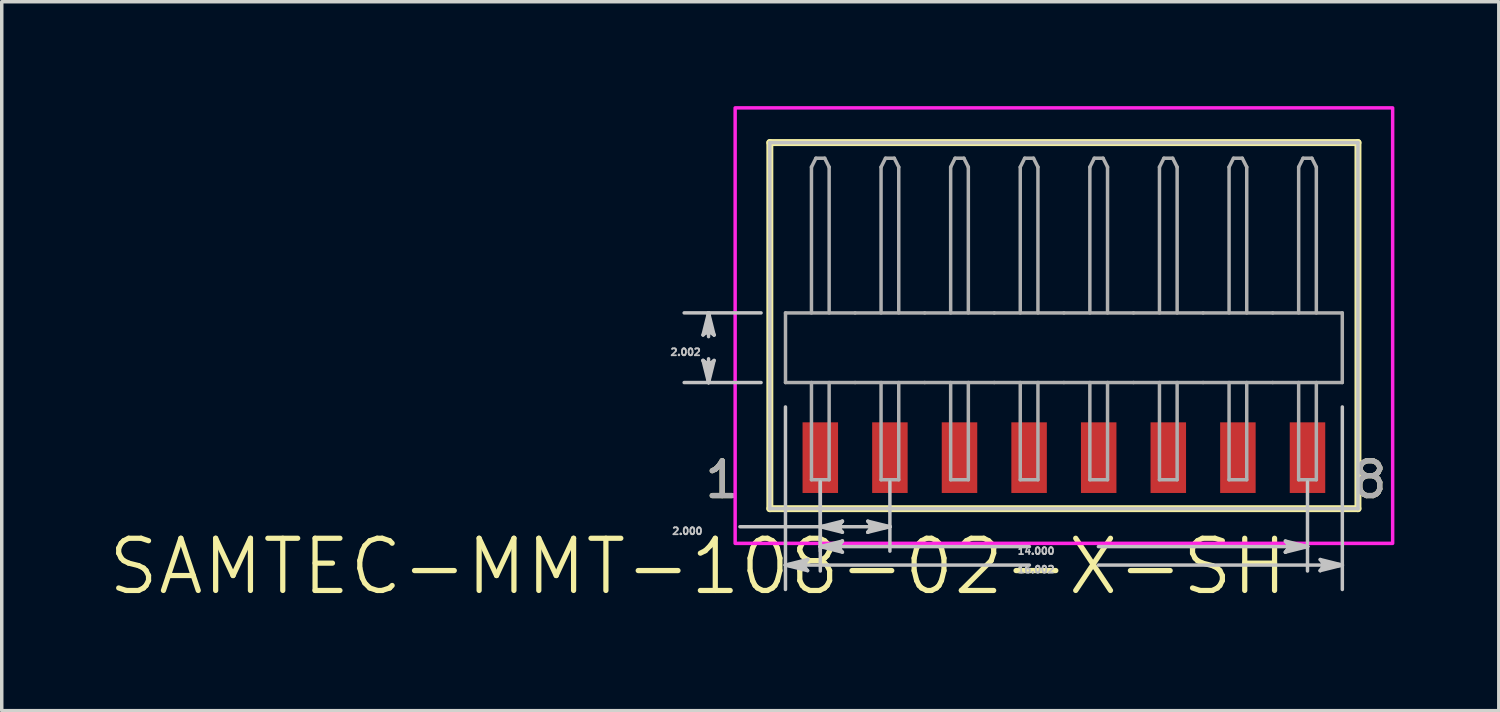
<source format=kicad_pcb>
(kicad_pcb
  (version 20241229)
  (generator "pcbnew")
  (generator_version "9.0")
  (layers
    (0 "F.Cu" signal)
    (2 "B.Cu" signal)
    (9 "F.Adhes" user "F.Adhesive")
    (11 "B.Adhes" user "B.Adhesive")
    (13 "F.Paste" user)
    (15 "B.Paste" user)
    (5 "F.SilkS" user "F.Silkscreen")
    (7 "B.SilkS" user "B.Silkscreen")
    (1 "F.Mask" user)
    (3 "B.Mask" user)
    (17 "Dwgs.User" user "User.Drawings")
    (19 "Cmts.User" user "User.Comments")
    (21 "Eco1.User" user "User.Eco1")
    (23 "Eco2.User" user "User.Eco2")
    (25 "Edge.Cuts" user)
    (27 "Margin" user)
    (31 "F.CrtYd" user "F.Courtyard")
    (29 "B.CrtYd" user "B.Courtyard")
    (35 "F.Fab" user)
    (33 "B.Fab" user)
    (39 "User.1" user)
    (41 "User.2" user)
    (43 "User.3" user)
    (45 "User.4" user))
  (footprint "SAMTEC-MMT-108-02-X-SH"
    (layer "F.Cu")
    (at 27.522 6.942)
    (property "Reference" "SAMTEC-MMT-108-02-X-SH" (at -10.518 6.289 0) (layer "F.SilkS") (effects (font (size 1.5 1.5) (thickness 0.15))))
    (attr smd)
    (fp_poly (pts (xy -7.561 2.093) (xy -6.439 2.093) (xy -6.439 4.225) (xy -7.561 4.225)) (stroke (width 0.01) (type solid)) (fill yes) (layer "F.Mask"))
    (fp_poly (pts (xy -5.561 2.093) (xy -4.439 2.093) (xy -4.439 4.225) (xy -5.561 4.225)) (stroke (width 0.01) (type solid)) (fill yes) (layer "F.Mask"))
    (fp_poly (pts (xy -3.561 2.093) (xy -2.439 2.093) (xy -2.439 4.225) (xy -3.561 4.225)) (stroke (width 0.01) (type solid)) (fill yes) (layer "F.Mask"))
    (fp_poly (pts (xy -1.561 2.093) (xy -0.439 2.093) (xy -0.439 4.225) (xy -1.561 4.225)) (stroke (width 0.01) (type solid)) (fill yes) (layer "F.Mask"))
    (fp_poly (pts (xy 0.439 2.093) (xy 1.561 2.093) (xy 1.561 4.225) (xy 0.439 4.225)) (stroke (width 0.01) (type solid)) (fill yes) (layer "F.Mask"))
    (fp_poly (pts (xy 2.439 2.093) (xy 3.561 2.093) (xy 3.561 4.225) (xy 2.439 4.225)) (stroke (width 0.01) (type solid)) (fill yes) (layer "F.Mask"))
    (fp_poly (pts (xy 4.439 2.093) (xy 5.561 2.093) (xy 5.561 4.225) (xy 4.439 4.225)) (stroke (width 0.01) (type solid)) (fill yes) (layer "F.Mask"))
    (fp_poly (pts (xy 6.439 2.093) (xy 7.561 2.093) (xy 7.561 4.225) (xy 6.439 4.225)) (stroke (width 0.01) (type solid)) (fill yes) (layer "F.Mask"))
    (fp_line (start -8.45 -5.895) (end -8.45 4.625) (stroke (width 0.2) (type solid)) (layer "F.SilkS"))
    (fp_line (start -8.45 4.625) (end 8.45 4.625) (stroke (width 0.2) (type solid)) (layer "F.SilkS"))
    (fp_line (start 8.45 -5.895) (end -8.45 -5.895) (stroke (width 0.2) (type solid)) (layer "F.SilkS"))
    (fp_line (start 8.45 4.625) (end 8.45 -5.895) (stroke (width 0.2) (type solid)) (layer "F.SilkS"))
    (fp_poly (pts (xy -7.51 2.144) (xy -6.49 2.144) (xy -6.49 4.174) (xy -7.51 4.174)) (stroke (width 0.01) (type solid)) (fill yes) (layer "F.Paste"))
    (fp_poly (pts (xy -5.51 2.144) (xy -4.49 2.144) (xy -4.49 4.174) (xy -5.51 4.174)) (stroke (width 0.01) (type solid)) (fill yes) (layer "F.Paste"))
    (fp_poly (pts (xy -3.51 2.144) (xy -2.49 2.144) (xy -2.49 4.174) (xy -3.51 4.174)) (stroke (width 0.01) (type solid)) (fill yes) (layer "F.Paste"))
    (fp_poly (pts (xy -1.51 2.144) (xy -0.49 2.144) (xy -0.49 4.174) (xy -1.51 4.174)) (stroke (width 0.01) (type solid)) (fill yes) (layer "F.Paste"))
    (fp_poly (pts (xy 0.49 2.144) (xy 1.51 2.144) (xy 1.51 4.174) (xy 0.49 4.174)) (stroke (width 0.01) (type solid)) (fill yes) (layer "F.Paste"))
    (fp_poly (pts (xy 2.49 2.144) (xy 3.51 2.144) (xy 3.51 4.174) (xy 2.49 4.174)) (stroke (width 0.01) (type solid)) (fill yes) (layer "F.Paste"))
    (fp_poly (pts (xy 4.49 2.144) (xy 5.51 2.144) (xy 5.51 4.174) (xy 4.49 4.174)) (stroke (width 0.01) (type solid)) (fill yes) (layer "F.Paste"))
    (fp_poly (pts (xy 6.49 2.144) (xy 7.51 2.144) (xy 7.51 4.174) (xy 6.49 4.174)) (stroke (width 0.01) (type solid)) (fill yes) (layer "F.Paste"))
    (fp_line (start -10.37 -0.366) (end -10.211 -0.493) (stroke (width 0.1) (type solid)) (layer "Dwgs.User"))
    (fp_line (start -10.37 0.366) (end -10.211 1.001) (stroke (width 0.1) (type solid)) (layer "Dwgs.User"))
    (fp_line (start -10.29 -0.429) (end -10.211 -0.493) (stroke (width 0.1) (type solid)) (layer "Dwgs.User"))
    (fp_line (start -10.29 0.429) (end -10.37 0.366) (stroke (width 0.1) (type solid)) (layer "Dwgs.User"))
    (fp_line (start -10.211 -1.001) (end -10.37 -0.366) (stroke (width 0.1) (type solid)) (layer "Dwgs.User"))
    (fp_line (start -10.211 -1.001) (end -10.29 -0.429) (stroke (width 0.1) (type solid)) (layer "Dwgs.User"))
    (fp_line (start -10.211 -1.001) (end -10.131 -0.429) (stroke (width 0.1) (type solid)) (layer "Dwgs.User"))
    (fp_line (start -10.211 -0.493) (end -10.211 -1.001) (stroke (width 0.1) (type solid)) (layer "Dwgs.User"))
    (fp_line (start -10.211 -0.493) (end -10.052 -0.366) (stroke (width 0.1) (type solid)) (layer "Dwgs.User"))
    (fp_line (start -10.211 -0.318) (end -10.211 -1.001) (stroke (width 0.1) (type solid)) (layer "Dwgs.User"))
    (fp_line (start -10.211 0.318) (end -10.211 1.001) (stroke (width 0.1) (type solid)) (layer "Dwgs.User"))
    (fp_line (start -10.211 0.493) (end -10.37 0.366) (stroke (width 0.1) (type solid)) (layer "Dwgs.User"))
    (fp_line (start -10.211 0.493) (end -10.211 1.001) (stroke (width 0.1) (type solid)) (layer "Dwgs.User"))
    (fp_line (start -10.211 1.001) (end -10.29 0.429) (stroke (width 0.1) (type solid)) (layer "Dwgs.User"))
    (fp_line (start -10.211 1.001) (end -10.131 0.429) (stroke (width 0.1) (type solid)) (layer "Dwgs.User"))
    (fp_line (start -10.211 1.001) (end -10.052 0.366) (stroke (width 0.1) (type solid)) (layer "Dwgs.User"))
    (fp_line (start -10.131 -0.429) (end -10.052 -0.366) (stroke (width 0.1) (type solid)) (layer "Dwgs.User"))
    (fp_line (start -10.131 0.429) (end -10.211 0.493) (stroke (width 0.1) (type solid)) (layer "Dwgs.User"))
    (fp_line (start -10.052 -0.366) (end -10.211 -1.001) (stroke (width 0.1) (type solid)) (layer "Dwgs.User"))
    (fp_line (start -10.052 0.366) (end -10.211 0.493) (stroke (width 0.1) (type solid)) (layer "Dwgs.User"))
    (fp_line (start -9.309 5.144) (end -7 5.144) (stroke (width 0.1) (type solid)) (layer "Dwgs.User"))
    (fp_line (start -8.702 -1.001) (end -10.912 -1.001) (stroke (width 0.1) (type solid)) (layer "Dwgs.User"))
    (fp_line (start -8.702 1.001) (end -10.912 1.001) (stroke (width 0.1) (type solid)) (layer "Dwgs.User"))
    (fp_line (start -8.45 -5.895) (end -8.45 4.625) (stroke (width 0.1) (type solid)) (layer "Dwgs.User"))
    (fp_line (start -8.45 4.625) (end 8.45 4.625) (stroke (width 0.1) (type solid)) (layer "Dwgs.User"))
    (fp_line (start -8.001 1.702) (end -8.001 6.947) (stroke (width 0.1) (type solid)) (layer "Dwgs.User"))
    (fp_line (start -8.001 6.246) (end -7.43 6.166) (stroke (width 0.1) (type solid)) (layer "Dwgs.User"))
    (fp_line (start -8.001 6.246) (end -7.43 6.325) (stroke (width 0.1) (type solid)) (layer "Dwgs.User"))
    (fp_line (start -8.001 6.246) (end -7.366 6.405) (stroke (width 0.1) (type solid)) (layer "Dwgs.User"))
    (fp_line (start -7.493 6.246) (end -8.001 6.246) (stroke (width 0.1) (type solid)) (layer "Dwgs.User"))
    (fp_line (start -7.493 6.246) (end -7.366 6.087) (stroke (width 0.1) (type solid)) (layer "Dwgs.User"))
    (fp_line (start -7.43 6.166) (end -7.366 6.087) (stroke (width 0.1) (type solid)) (layer "Dwgs.User"))
    (fp_line (start -7.43 6.325) (end -7.493 6.246) (stroke (width 0.1) (type solid)) (layer "Dwgs.User"))
    (fp_line (start -7.366 6.087) (end -8.001 6.246) (stroke (width 0.1) (type solid)) (layer "Dwgs.User"))
    (fp_line (start -7.366 6.405) (end -7.493 6.246) (stroke (width 0.1) (type solid)) (layer "Dwgs.User"))
    (fp_line (start -7 3.86) (end -7 5.845) (stroke (width 0.1) (type solid)) (layer "Dwgs.User"))
    (fp_line (start -7 3.86) (end -7 6.416) (stroke (width 0.1) (type solid)) (layer "Dwgs.User"))
    (fp_line (start -7 5.144) (end -6.428 5.064) (stroke (width 0.1) (type solid)) (layer "Dwgs.User"))
    (fp_line (start -7 5.144) (end -6.428 5.223) (stroke (width 0.1) (type solid)) (layer "Dwgs.User"))
    (fp_line (start -7 5.144) (end -6.365 5.302) (stroke (width 0.1) (type solid)) (layer "Dwgs.User"))
    (fp_line (start -7 5.144) (end -5 5.144) (stroke (width 0.1) (type solid)) (layer "Dwgs.User"))
    (fp_line (start -7 5.715) (end -6.428 5.636) (stroke (width 0.1) (type solid)) (layer "Dwgs.User"))
    (fp_line (start -7 5.715) (end -6.428 5.794) (stroke (width 0.1) (type solid)) (layer "Dwgs.User"))
    (fp_line (start -7 5.715) (end -6.365 5.874) (stroke (width 0.1) (type solid)) (layer "Dwgs.User"))
    (fp_line (start -6.492 5.144) (end -7 5.144) (stroke (width 0.1) (type solid)) (layer "Dwgs.User"))
    (fp_line (start -6.492 5.144) (end -6.365 4.985) (stroke (width 0.1) (type solid)) (layer "Dwgs.User"))
    (fp_line (start -6.492 5.715) (end -7 5.715) (stroke (width 0.1) (type solid)) (layer "Dwgs.User"))
    (fp_line (start -6.492 5.715) (end -6.365 5.556) (stroke (width 0.1) (type solid)) (layer "Dwgs.User"))
    (fp_line (start -6.428 5.064) (end -6.365 4.985) (stroke (width 0.1) (type solid)) (layer "Dwgs.User"))
    (fp_line (start -6.428 5.223) (end -6.492 5.144) (stroke (width 0.1) (type solid)) (layer "Dwgs.User"))
    (fp_line (start -6.428 5.636) (end -6.365 5.556) (stroke (width 0.1) (type solid)) (layer "Dwgs.User"))
    (fp_line (start -6.428 5.794) (end -6.492 5.715) (stroke (width 0.1) (type solid)) (layer "Dwgs.User"))
    (fp_line (start -6.365 4.985) (end -7 5.144) (stroke (width 0.1) (type solid)) (layer "Dwgs.User"))
    (fp_line (start -6.365 5.302) (end -6.492 5.144) (stroke (width 0.1) (type solid)) (layer "Dwgs.User"))
    (fp_line (start -6.365 5.556) (end -7 5.715) (stroke (width 0.1) (type solid)) (layer "Dwgs.User"))
    (fp_line (start -6.365 5.874) (end -6.492 5.715) (stroke (width 0.1) (type solid)) (layer "Dwgs.User"))
    (fp_line (start -5.635 4.985) (end -5.508 5.144) (stroke (width 0.1) (type solid)) (layer "Dwgs.User"))
    (fp_line (start -5.635 5.302) (end -5 5.144) (stroke (width 0.1) (type solid)) (layer "Dwgs.User"))
    (fp_line (start -5.571 5.064) (end -5.508 5.144) (stroke (width 0.1) (type solid)) (layer "Dwgs.User"))
    (fp_line (start -5.571 5.223) (end -5.635 5.302) (stroke (width 0.1) (type solid)) (layer "Dwgs.User"))
    (fp_line (start -5.508 5.144) (end -5.635 5.302) (stroke (width 0.1) (type solid)) (layer "Dwgs.User"))
    (fp_line (start -5.508 5.144) (end -5 5.144) (stroke (width 0.1) (type solid)) (layer "Dwgs.User"))
    (fp_line (start -5 3.86) (end -5 5.845) (stroke (width 0.1) (type solid)) (layer "Dwgs.User"))
    (fp_line (start -5 5.144) (end -5.635 4.985) (stroke (width 0.1) (type solid)) (layer "Dwgs.User"))
    (fp_line (start -5 5.144) (end -5.571 5.064) (stroke (width 0.1) (type solid)) (layer "Dwgs.User"))
    (fp_line (start -5 5.144) (end -5.571 5.223) (stroke (width 0.1) (type solid)) (layer "Dwgs.User"))
    (fp_line (start -0.991 5.715) (end -7 5.715) (stroke (width 0.1) (type solid)) (layer "Dwgs.User"))
    (fp_line (start -0.991 6.246) (end -8.001 6.246) (stroke (width 0.1) (type solid)) (layer "Dwgs.User"))
    (fp_line (start 0.991 5.715) (end 7 5.715) (stroke (width 0.1) (type solid)) (layer "Dwgs.User"))
    (fp_line (start 0.991 6.246) (end 8.001 6.246) (stroke (width 0.1) (type solid)) (layer "Dwgs.User"))
    (fp_line (start 6.365 5.556) (end 6.492 5.715) (stroke (width 0.1) (type solid)) (layer "Dwgs.User"))
    (fp_line (start 6.365 5.874) (end 7 5.715) (stroke (width 0.1) (type solid)) (layer "Dwgs.User"))
    (fp_line (start 6.428 5.636) (end 6.492 5.715) (stroke (width 0.1) (type solid)) (layer "Dwgs.User"))
    (fp_line (start 6.428 5.794) (end 6.365 5.874) (stroke (width 0.1) (type solid)) (layer "Dwgs.User"))
    (fp_line (start 6.492 5.715) (end 6.365 5.874) (stroke (width 0.1) (type solid)) (layer "Dwgs.User"))
    (fp_line (start 6.492 5.715) (end 7 5.715) (stroke (width 0.1) (type solid)) (layer "Dwgs.User"))
    (fp_line (start 7 3.86) (end 7 6.416) (stroke (width 0.1) (type solid)) (layer "Dwgs.User"))
    (fp_line (start 7 5.715) (end 6.365 5.556) (stroke (width 0.1) (type solid)) (layer "Dwgs.User"))
    (fp_line (start 7 5.715) (end 6.428 5.636) (stroke (width 0.1) (type solid)) (layer "Dwgs.User"))
    (fp_line (start 7 5.715) (end 6.428 5.794) (stroke (width 0.1) (type solid)) (layer "Dwgs.User"))
    (fp_line (start 7.366 6.087) (end 7.493 6.246) (stroke (width 0.1) (type solid)) (layer "Dwgs.User"))
    (fp_line (start 7.366 6.405) (end 8.001 6.246) (stroke (width 0.1) (type solid)) (layer "Dwgs.User"))
    (fp_line (start 7.43 6.166) (end 7.493 6.246) (stroke (width 0.1) (type solid)) (layer "Dwgs.User"))
    (fp_line (start 7.43 6.325) (end 7.366 6.405) (stroke (width 0.1) (type solid)) (layer "Dwgs.User"))
    (fp_line (start 7.493 6.246) (end 7.366 6.405) (stroke (width 0.1) (type solid)) (layer "Dwgs.User"))
    (fp_line (start 7.493 6.246) (end 8.001 6.246) (stroke (width 0.1) (type solid)) (layer "Dwgs.User"))
    (fp_line (start 8.001 1.702) (end 8.001 6.947) (stroke (width 0.1) (type solid)) (layer "Dwgs.User"))
    (fp_line (start 8.001 6.246) (end 7.366 6.087) (stroke (width 0.1) (type solid)) (layer "Dwgs.User"))
    (fp_line (start 8.001 6.246) (end 7.43 6.166) (stroke (width 0.1) (type solid)) (layer "Dwgs.User"))
    (fp_line (start 8.001 6.246) (end 7.43 6.325) (stroke (width 0.1) (type solid)) (layer "Dwgs.User"))
    (fp_line (start 8.45 -5.895) (end -8.45 -5.895) (stroke (width 0.1) (type solid)) (layer "Dwgs.User"))
    (fp_line (start 8.45 4.625) (end 8.45 -5.895) (stroke (width 0.1) (type solid)) (layer "Dwgs.User"))
    (fp_poly (pts (xy 9.447 -6.892) (xy -9.447 -6.892) (xy -9.447 5.622) (xy 9.447 5.622) (xy 9.447 -6.892)) (stroke (width 0.1) (type solid)) (fill no) (layer "F.CrtYd"))
    (fp_line (start -8 1) (end -8 -1) (stroke (width 0.1) (type solid)) (layer "F.Fab"))
    (fp_line (start -7.254 -5.191) (end -7.254 -1) (stroke (width 0.1) (type solid)) (layer "F.Fab"))
    (fp_line (start -7.254 -5.191) (end -7.127 -5.445) (stroke (width 0.1) (type solid)) (layer "F.Fab"))
    (fp_line (start -7.254 3.794) (end -7.254 1) (stroke (width 0.1) (type solid)) (layer "F.Fab"))
    (fp_line (start -7.127 -5.445) (end -6.873 -5.445) (stroke (width 0.1) (type solid)) (layer "F.Fab"))
    (fp_line (start -6.873 -5.445) (end -6.746 -5.191) (stroke (width 0.1) (type solid)) (layer "F.Fab"))
    (fp_line (start -6.746 -5.191) (end -6.746 -1) (stroke (width 0.1) (type solid)) (layer "F.Fab"))
    (fp_line (start -6.746 3.794) (end -7.254 3.794) (stroke (width 0.1) (type solid)) (layer "F.Fab"))
    (fp_line (start -6.746 3.794) (end -6.746 1) (stroke (width 0.1) (type solid)) (layer "F.Fab"))
    (fp_line (start -6 -1) (end -8 -1) (stroke (width 0.1) (type solid)) (layer "F.Fab"))
    (fp_line (start -6 1) (end -8 1) (stroke (width 0.1) (type solid)) (layer "F.Fab"))
    (fp_line (start -5.254 -5.191) (end -5.127 -5.445) (stroke (width 0.1) (type solid)) (layer "F.Fab"))
    (fp_line (start -5.254 -1) (end -5.254 -5.191) (stroke (width 0.1) (type solid)) (layer "F.Fab"))
    (fp_line (start -5.254 3.794) (end -5.254 1) (stroke (width 0.1) (type solid)) (layer "F.Fab"))
    (fp_line (start -5.127 -5.445) (end -4.873 -5.445) (stroke (width 0.1) (type solid)) (layer "F.Fab"))
    (fp_line (start -4.873 -5.445) (end -4.746 -5.191) (stroke (width 0.1) (type solid)) (layer "F.Fab"))
    (fp_line (start -4.746 -5.191) (end -4.746 -1) (stroke (width 0.1) (type solid)) (layer "F.Fab"))
    (fp_line (start -4.746 3.794) (end -5.254 3.794) (stroke (width 0.1) (type solid)) (layer "F.Fab"))
    (fp_line (start -4.746 3.794) (end -4.746 1) (stroke (width 0.1) (type solid)) (layer "F.Fab"))
    (fp_line (start -4 -1) (end -6 -1) (stroke (width 0.1) (type solid)) (layer "F.Fab"))
    (fp_line (start -4 1) (end -6 1) (stroke (width 0.1) (type solid)) (layer "F.Fab"))
    (fp_line (start -3.254 -5.191) (end -3.127 -5.445) (stroke (width 0.1) (type solid)) (layer "F.Fab"))
    (fp_line (start -3.254 -1) (end -3.254 -5.191) (stroke (width 0.1) (type solid)) (layer "F.Fab"))
    (fp_line (start -3.254 3.794) (end -3.254 1) (stroke (width 0.1) (type solid)) (layer "F.Fab"))
    (fp_line (start -3.127 -5.445) (end -2.873 -5.445) (stroke (width 0.1) (type solid)) (layer "F.Fab"))
    (fp_line (start -2.873 -5.445) (end -2.746 -5.191) (stroke (width 0.1) (type solid)) (layer "F.Fab"))
    (fp_line (start -2.746 -5.191) (end -2.746 -1) (stroke (width 0.1) (type solid)) (layer "F.Fab"))
    (fp_line (start -2.746 3.794) (end -3.254 3.794) (stroke (width 0.1) (type solid)) (layer "F.Fab"))
    (fp_line (start -2.746 3.794) (end -2.746 1) (stroke (width 0.1) (type solid)) (layer "F.Fab"))
    (fp_line (start -2 -1) (end -4 -1) (stroke (width 0.1) (type solid)) (layer "F.Fab"))
    (fp_line (start -2 1) (end -4 1) (stroke (width 0.1) (type solid)) (layer "F.Fab"))
    (fp_line (start -1.254 -5.191) (end -1.127 -5.445) (stroke (width 0.1) (type solid)) (layer "F.Fab"))
    (fp_line (start -1.254 -1) (end -1.254 -5.191) (stroke (width 0.1) (type solid)) (layer "F.Fab"))
    (fp_line (start -1.254 3.794) (end -1.254 1) (stroke (width 0.1) (type solid)) (layer "F.Fab"))
    (fp_line (start -1.127 -5.445) (end -0.873 -5.445) (stroke (width 0.1) (type solid)) (layer "F.Fab"))
    (fp_line (start -0.873 -5.445) (end -0.746 -5.191) (stroke (width 0.1) (type solid)) (layer "F.Fab"))
    (fp_line (start -0.746 -5.191) (end -0.746 -1) (stroke (width 0.1) (type solid)) (layer "F.Fab"))
    (fp_line (start -0.746 3.794) (end -1.254 3.794) (stroke (width 0.1) (type solid)) (layer "F.Fab"))
    (fp_line (start -0.746 3.794) (end -0.746 1) (stroke (width 0.1) (type solid)) (layer "F.Fab"))
    (fp_line (start 0 -1) (end -2 -1) (stroke (width 0.1) (type solid)) (layer "F.Fab"))
    (fp_line (start 0 1) (end -2 1) (stroke (width 0.1) (type solid)) (layer "F.Fab"))
    (fp_line (start 0.746 -5.191) (end 0.873 -5.445) (stroke (width 0.1) (type solid)) (layer "F.Fab"))
    (fp_line (start 0.746 -1) (end 0.746 -5.191) (stroke (width 0.1) (type solid)) (layer "F.Fab"))
    (fp_line (start 0.746 3.794) (end 0.746 1) (stroke (width 0.1) (type solid)) (layer "F.Fab"))
    (fp_line (start 0.873 -5.445) (end 1.127 -5.445) (stroke (width 0.1) (type solid)) (layer "F.Fab"))
    (fp_line (start 1.127 -5.445) (end 1.254 -5.191) (stroke (width 0.1) (type solid)) (layer "F.Fab"))
    (fp_line (start 1.254 -5.191) (end 1.254 -1) (stroke (width 0.1) (type solid)) (layer "F.Fab"))
    (fp_line (start 1.254 3.794) (end 0.746 3.794) (stroke (width 0.1) (type solid)) (layer "F.Fab"))
    (fp_line (start 1.254 3.794) (end 1.254 1) (stroke (width 0.1) (type solid)) (layer "F.Fab"))
    (fp_line (start 2 -1) (end 0 -1) (stroke (width 0.1) (type solid)) (layer "F.Fab"))
    (fp_line (start 2 1) (end 0 1) (stroke (width 0.1) (type solid)) (layer "F.Fab"))
    (fp_line (start 2.746 -5.191) (end 2.873 -5.445) (stroke (width 0.1) (type solid)) (layer "F.Fab"))
    (fp_line (start 2.746 -1) (end 2.746 -5.191) (stroke (width 0.1) (type solid)) (layer "F.Fab"))
    (fp_line (start 2.746 3.794) (end 2.746 1) (stroke (width 0.1) (type solid)) (layer "F.Fab"))
    (fp_line (start 2.873 -5.445) (end 3.127 -5.445) (stroke (width 0.1) (type solid)) (layer "F.Fab"))
    (fp_line (start 3.127 -5.445) (end 3.254 -5.191) (stroke (width 0.1) (type solid)) (layer "F.Fab"))
    (fp_line (start 3.254 -5.191) (end 3.254 -1) (stroke (width 0.1) (type solid)) (layer "F.Fab"))
    (fp_line (start 3.254 3.794) (end 2.746 3.794) (stroke (width 0.1) (type solid)) (layer "F.Fab"))
    (fp_line (start 3.254 3.794) (end 3.254 1) (stroke (width 0.1) (type solid)) (layer "F.Fab"))
    (fp_line (start 4 -1) (end 2 -1) (stroke (width 0.1) (type solid)) (layer "F.Fab"))
    (fp_line (start 4 1) (end 2 1) (stroke (width 0.1) (type solid)) (layer "F.Fab"))
    (fp_line (start 4.746 -5.191) (end 4.873 -5.445) (stroke (width 0.1) (type solid)) (layer "F.Fab"))
    (fp_line (start 4.746 -1) (end 4.746 -5.191) (stroke (width 0.1) (type solid)) (layer "F.Fab"))
    (fp_line (start 4.746 3.794) (end 4.746 1) (stroke (width 0.1) (type solid)) (layer "F.Fab"))
    (fp_line (start 4.873 -5.445) (end 5.127 -5.445) (stroke (width 0.1) (type solid)) (layer "F.Fab"))
    (fp_line (start 5.127 -5.445) (end 5.254 -5.191) (stroke (width 0.1) (type solid)) (layer "F.Fab"))
    (fp_line (start 5.254 -5.191) (end 5.254 -1) (stroke (width 0.1) (type solid)) (layer "F.Fab"))
    (fp_line (start 5.254 3.794) (end 4.746 3.794) (stroke (width 0.1) (type solid)) (layer "F.Fab"))
    (fp_line (start 5.254 3.794) (end 5.254 1) (stroke (width 0.1) (type solid)) (layer "F.Fab"))
    (fp_line (start 6 -1) (end 4 -1) (stroke (width 0.1) (type solid)) (layer "F.Fab"))
    (fp_line (start 6 1) (end 4 1) (stroke (width 0.1) (type solid)) (layer "F.Fab"))
    (fp_line (start 6 1) (end 8 1) (stroke (width 0.1) (type solid)) (layer "F.Fab"))
    (fp_line (start 6.746 -5.191) (end 6.873 -5.445) (stroke (width 0.1) (type solid)) (layer "F.Fab"))
    (fp_line (start 6.746 -1) (end 6.746 -5.191) (stroke (width 0.1) (type solid)) (layer "F.Fab"))
    (fp_line (start 6.746 3.794) (end 6.746 1) (stroke (width 0.1) (type solid)) (layer "F.Fab"))
    (fp_line (start 6.873 -5.445) (end 7.127 -5.445) (stroke (width 0.1) (type solid)) (layer "F.Fab"))
    (fp_line (start 7.127 -5.445) (end 7.254 -5.191) (stroke (width 0.1) (type solid)) (layer "F.Fab"))
    (fp_line (start 7.254 -5.191) (end 7.254 -1) (stroke (width 0.1) (type solid)) (layer "F.Fab"))
    (fp_line (start 7.254 3.794) (end 6.746 3.794) (stroke (width 0.1) (type solid)) (layer "F.Fab"))
    (fp_line (start 7.254 3.794) (end 7.254 1) (stroke (width 0.1) (type solid)) (layer "F.Fab"))
    (fp_line (start 8 -1) (end 6 -1) (stroke (width 0.1) (type solid)) (layer "F.Fab"))
    (fp_line (start 8 1) (end 8 -1) (stroke (width 0.1) (type solid)) (layer "F.Fab"))
    (fp_text user "1" (at -9.82 3.794 0) (layer "F.SilkS") (effects (font (size 1 1) (thickness 0.15))))
    (fp_text user "8" (at 8.791 3.794 0) (layer "F.SilkS") (effects (font (size 1 1) (thickness 0.15))))
    (fp_text user "14.000" (at -0.8 5.842 0) (layer "Dwgs.User") (effects (font (size 0.2 0.2) (thickness 0.15))))
    (fp_text user "2.000" (at -10.82 5.27 0) (layer "Dwgs.User") (effects (font (size 0.2 0.2) (thickness 0.15))))
    (fp_text user "2.002" (at -10.871 0.127 0) (layer "Dwgs.User") (effects (font (size 0.2 0.2) (thickness 0.15))))
    (fp_text user "16.002" (at -0.8 6.373 0) (layer "Dwgs.User") (effects (font (size 0.2 0.2) (thickness 0.15))))
    (fp_text user "1" (at -9.82 3.794 0) (layer "F.Fab") (effects (font (size 1 1) (thickness 0.15))))
    (fp_text user "8" (at 8.791 3.794 0) (layer "F.Fab") (effects (font (size 1 1) (thickness 0.15))))
    (pad "1" smd rect (at -7 3.159) (size 1.02 2.03) (layers "F.Cu" "F.Paste"))
    (pad "2" smd rect (at -5 3.159) (size 1.02 2.03) (layers "F.Cu" "F.Paste"))
    (pad "3" smd rect (at -3 3.159) (size 1.02 2.03) (layers "F.Cu" "F.Paste"))
    (pad "4" smd rect (at -1 3.159) (size 1.02 2.03) (layers "F.Cu" "F.Paste"))
    (pad "5" smd rect (at 1 3.159) (size 1.02 2.03) (layers "F.Cu" "F.Paste"))
    (pad "6" smd rect (at 3 3.159) (size 1.02 2.03) (layers "F.Cu" "F.Paste"))
    (pad "7" smd rect (at 5 3.159) (size 1.02 2.03) (layers "F.Cu" "F.Paste"))
    (pad "8" smd rect (at 7 3.159) (size 1.02 2.03) (layers "F.Cu" "F.Paste")))
  (gr_rect
    (start -3 -3)
    (end 40.019 17.371)
    (stroke (width 0.1) (type default))
    (fill no)
    (layer "Edge.Cuts")))
</source>
